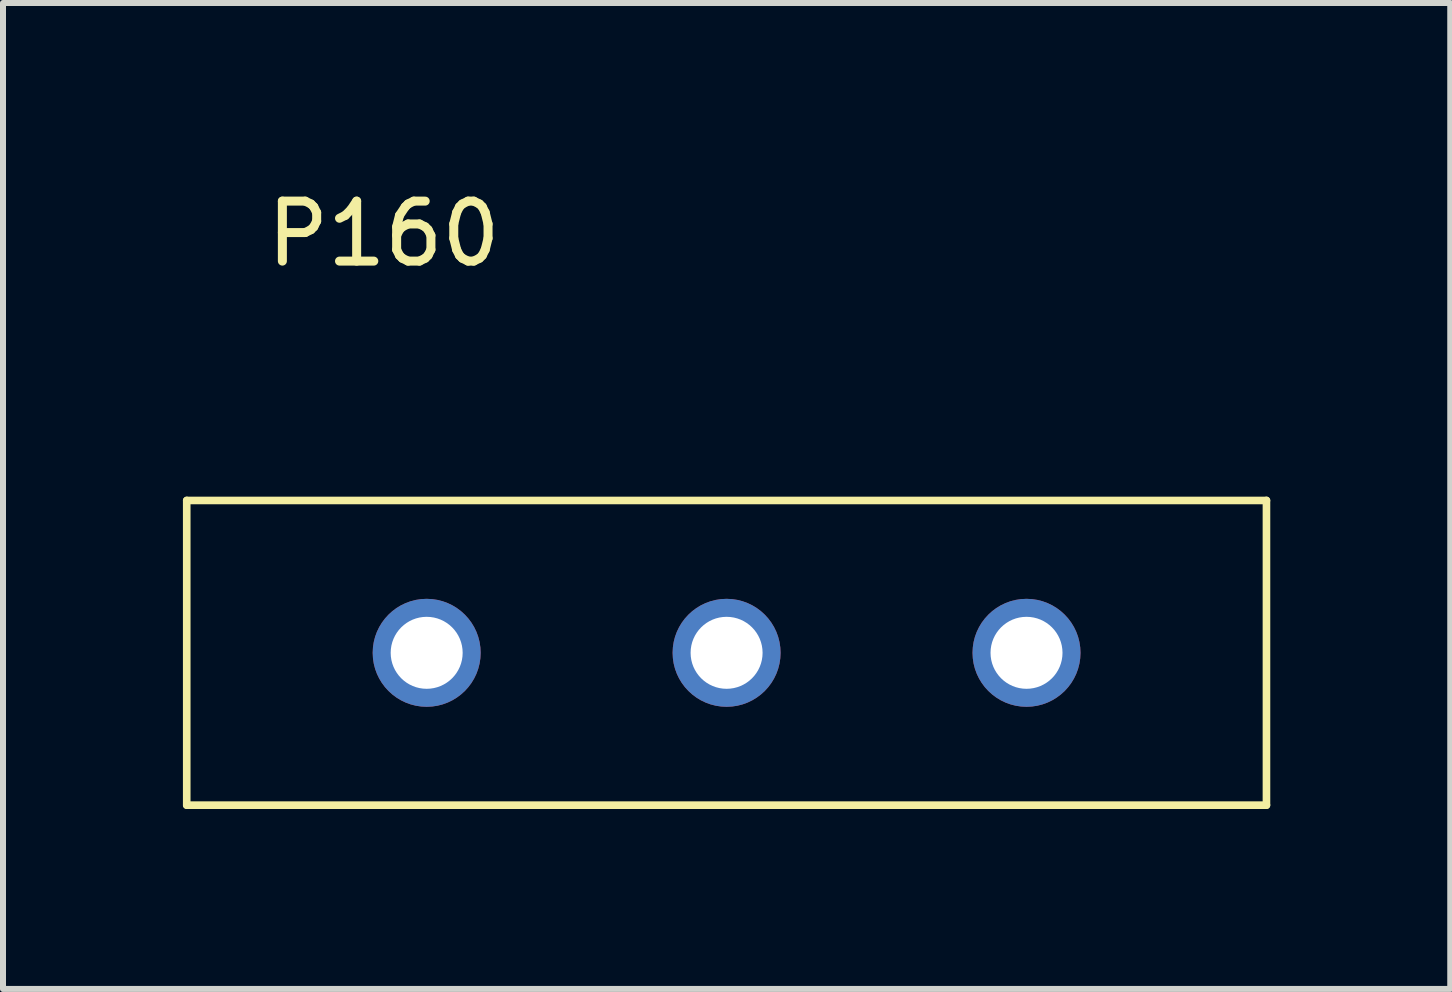
<source format=kicad_pcb>
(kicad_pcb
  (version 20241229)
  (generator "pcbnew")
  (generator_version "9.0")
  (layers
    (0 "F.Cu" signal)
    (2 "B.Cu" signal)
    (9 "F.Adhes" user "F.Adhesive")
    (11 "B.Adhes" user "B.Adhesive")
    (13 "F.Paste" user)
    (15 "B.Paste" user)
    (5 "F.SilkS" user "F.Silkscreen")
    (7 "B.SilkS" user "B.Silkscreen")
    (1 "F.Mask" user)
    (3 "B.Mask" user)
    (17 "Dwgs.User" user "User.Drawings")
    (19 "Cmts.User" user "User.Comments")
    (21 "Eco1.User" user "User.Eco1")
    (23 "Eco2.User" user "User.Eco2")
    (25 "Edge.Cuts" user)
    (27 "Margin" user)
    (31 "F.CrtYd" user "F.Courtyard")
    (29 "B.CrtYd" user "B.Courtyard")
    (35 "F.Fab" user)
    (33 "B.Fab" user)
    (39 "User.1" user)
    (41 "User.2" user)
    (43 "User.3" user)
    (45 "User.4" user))
  (footprint "P160"
    (layer "F.Cu")
    (at 9.063 7.833)
    (property "Reference" "P160" (at -5.715 -6.985 0) (layer "F.SilkS") (effects (font (size 1 1) (thickness 0.15))))
    (attr through_hole)
    (fp_line (start -9 -2.54) (end 9 -2.54) (stroke (width 0.127) (type solid)) (layer "F.SilkS"))
    (fp_line (start -9 2.54) (end -9 -2.54) (stroke (width 0.127) (type solid)) (layer "F.SilkS"))
    (fp_line (start 9 -2.54) (end 9 2.54) (stroke (width 0.127) (type solid)) (layer "F.SilkS"))
    (fp_line (start 9 2.54) (end -9 2.54) (stroke (width 0.127) (type solid)) (layer "F.SilkS"))
    (pad "1" thru_hole circle (at -5 0) (size 1.8 1.8) (drill 1.2) (layers "*.Cu" "*.Mask"))
    (pad "2" thru_hole circle (at 0 0) (size 1.8 1.8) (drill 1.2) (layers "*.Cu" "*.Mask"))
    (pad "3" thru_hole circle (at 5 0) (size 1.8 1.8) (drill 1.2) (layers "*.Cu" "*.Mask")))
  (gr_rect
    (start -3 -3)
    (end 21.127 13.437)
    (stroke (width 0.1) (type default))
    (fill no)
    (layer "Edge.Cuts")))
</source>
